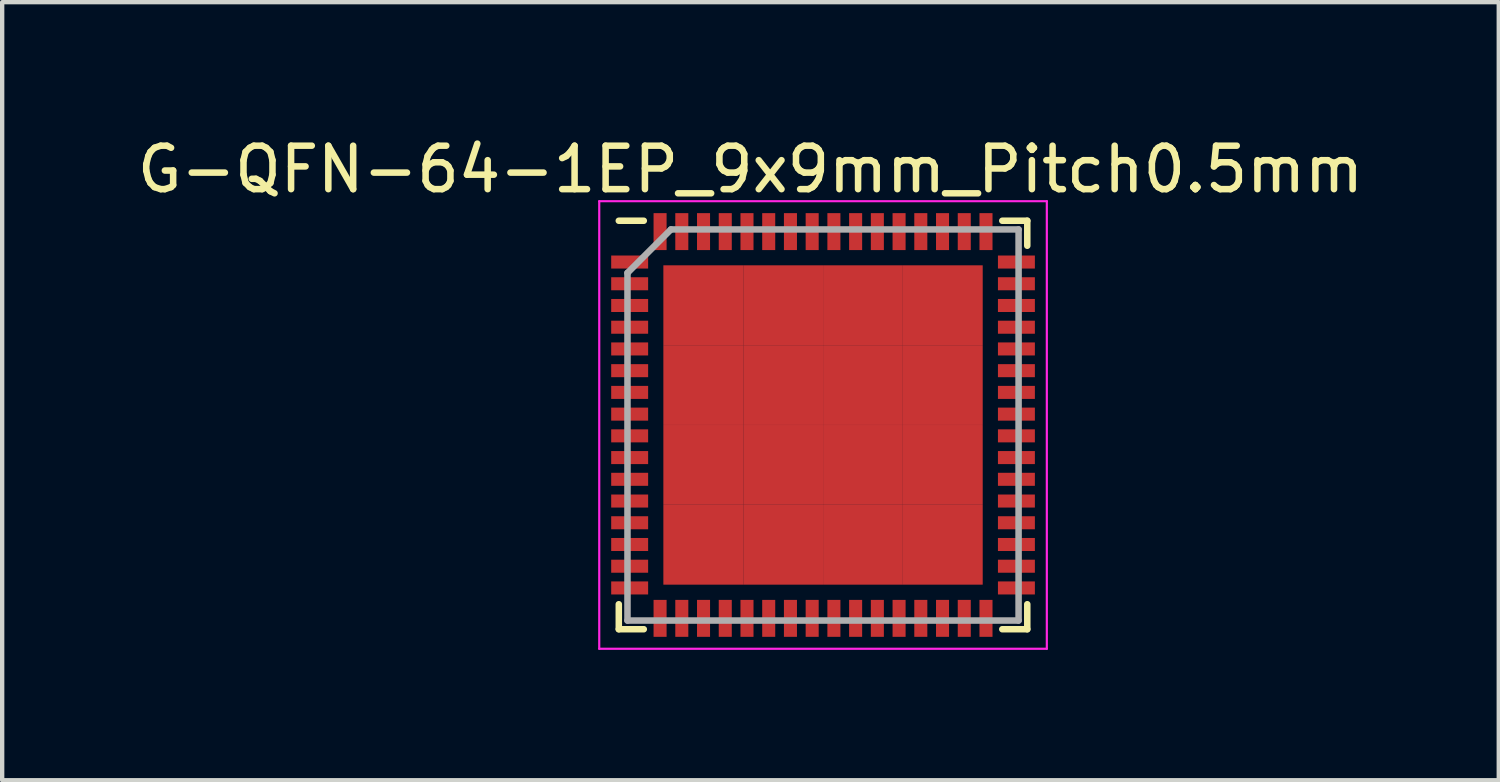
<source format=kicad_pcb>
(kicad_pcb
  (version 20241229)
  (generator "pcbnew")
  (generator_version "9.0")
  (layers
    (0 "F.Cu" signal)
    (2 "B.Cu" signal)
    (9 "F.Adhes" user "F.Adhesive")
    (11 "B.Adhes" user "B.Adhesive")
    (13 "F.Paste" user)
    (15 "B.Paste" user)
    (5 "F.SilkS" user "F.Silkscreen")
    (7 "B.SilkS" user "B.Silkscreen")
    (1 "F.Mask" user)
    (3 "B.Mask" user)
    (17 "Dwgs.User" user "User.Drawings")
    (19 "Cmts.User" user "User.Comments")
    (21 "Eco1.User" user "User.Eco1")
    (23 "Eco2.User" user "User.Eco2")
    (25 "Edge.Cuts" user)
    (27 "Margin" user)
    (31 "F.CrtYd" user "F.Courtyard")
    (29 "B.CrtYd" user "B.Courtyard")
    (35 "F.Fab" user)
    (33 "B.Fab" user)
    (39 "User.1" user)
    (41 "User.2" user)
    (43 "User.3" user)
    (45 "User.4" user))
  (footprint "G-QFN-64-1EP_9x9mm_Pitch0.5mm"
    (layer "F.Cu")
    (at 15.89 6.73)
    (property "Reference" "G-QFN-64-1EP_9x9mm_Pitch0.5mm" (at -1.67 -5.882 0) (layer "F.SilkS") (effects (font (size 1 1) (thickness 0.15))))
    (attr smd)
    (fp_line (start -4.7 -4.7) (end -4.125 -4.7) (stroke (width 0.15) (type solid)) (layer "F.SilkS"))
    (fp_line (start -4.7 4.7) (end -4.7 4.125) (stroke (width 0.15) (type solid)) (layer "F.SilkS"))
    (fp_line (start -4.7 4.7) (end -4.125 4.7) (stroke (width 0.15) (type solid)) (layer "F.SilkS"))
    (fp_line (start 4.7 -4.7) (end 4.125 -4.7) (stroke (width 0.15) (type solid)) (layer "F.SilkS"))
    (fp_line (start 4.7 -4.7) (end 4.7 -4.125) (stroke (width 0.15) (type solid)) (layer "F.SilkS"))
    (fp_line (start 4.7 4.7) (end 4.125 4.7) (stroke (width 0.15) (type solid)) (layer "F.SilkS"))
    (fp_line (start 4.7 4.7) (end 4.7 4.125) (stroke (width 0.15) (type solid)) (layer "F.SilkS"))
    (fp_line (start -5.15 -5.15) (end -5.15 5.15) (stroke (width 0.05) (type solid)) (layer "F.CrtYd"))
    (fp_line (start -5.15 -5.15) (end 5.15 -5.15) (stroke (width 0.05) (type solid)) (layer "F.CrtYd"))
    (fp_line (start -5.15 5.15) (end 5.15 5.15) (stroke (width 0.05) (type solid)) (layer "F.CrtYd"))
    (fp_line (start 5.15 -5.15) (end 5.15 5.15) (stroke (width 0.05) (type solid)) (layer "F.CrtYd"))
    (fp_line (start -4.5 -3.5) (end -3.5 -4.5) (stroke (width 0.15) (type solid)) (layer "F.Fab"))
    (fp_line (start -4.5 4.5) (end -4.5 -3.5) (stroke (width 0.15) (type solid)) (layer "F.Fab"))
    (fp_line (start -3.5 -4.5) (end 4.5 -4.5) (stroke (width 0.15) (type solid)) (layer "F.Fab"))
    (fp_line (start 4.5 -4.5) (end 4.5 4.5) (stroke (width 0.15) (type solid)) (layer "F.Fab"))
    (fp_line (start 4.5 4.5) (end -4.5 4.5) (stroke (width 0.15) (type solid)) (layer "F.Fab"))
    (pad "1" smd rect (at -4.45 -3.75) (size 0.85 0.3) (layers "F.Cu" "F.Mask" "F.Paste"))
    (pad "2" smd rect (at -4.45 -3.25) (size 0.85 0.3) (layers "F.Cu" "F.Mask" "F.Paste"))
    (pad "3" smd rect (at -4.45 -2.75) (size 0.85 0.3) (layers "F.Cu" "F.Mask" "F.Paste"))
    (pad "4" smd rect (at -4.45 -2.25) (size 0.85 0.3) (layers "F.Cu" "F.Mask" "F.Paste"))
    (pad "5" smd rect (at -4.45 -1.75) (size 0.85 0.3) (layers "F.Cu" "F.Mask" "F.Paste"))
    (pad "6" smd rect (at -4.45 -1.25) (size 0.85 0.3) (layers "F.Cu" "F.Mask" "F.Paste"))
    (pad "7" smd rect (at -4.45 -0.75) (size 0.85 0.3) (layers "F.Cu" "F.Mask" "F.Paste"))
    (pad "8" smd rect (at -4.45 -0.25) (size 0.85 0.3) (layers "F.Cu" "F.Mask" "F.Paste"))
    (pad "9" smd rect (at -4.45 0.25) (size 0.85 0.3) (layers "F.Cu" "F.Mask" "F.Paste"))
    (pad "10" smd rect (at -4.45 0.75) (size 0.85 0.3) (layers "F.Cu" "F.Mask" "F.Paste"))
    (pad "11" smd rect (at -4.45 1.25) (size 0.85 0.3) (layers "F.Cu" "F.Mask" "F.Paste"))
    (pad "12" smd rect (at -4.45 1.75) (size 0.85 0.3) (layers "F.Cu" "F.Mask" "F.Paste"))
    (pad "13" smd rect (at -4.45 2.25) (size 0.85 0.3) (layers "F.Cu" "F.Mask" "F.Paste"))
    (pad "14" smd rect (at -4.45 2.75) (size 0.85 0.3) (layers "F.Cu" "F.Mask" "F.Paste"))
    (pad "15" smd rect (at -4.45 3.25) (size 0.85 0.3) (layers "F.Cu" "F.Mask" "F.Paste"))
    (pad "16" smd rect (at -4.45 3.75) (size 0.85 0.3) (layers "F.Cu" "F.Mask" "F.Paste"))
    (pad "17" smd rect (at -3.75 4.45 90) (size 0.85 0.3) (layers "F.Cu" "F.Mask" "F.Paste"))
    (pad "18" smd rect (at -3.25 4.45 90) (size 0.85 0.3) (layers "F.Cu" "F.Mask" "F.Paste"))
    (pad "19" smd rect (at -2.75 4.45 90) (size 0.85 0.3) (layers "F.Cu" "F.Mask" "F.Paste"))
    (pad "20" smd rect (at -2.25 4.45 90) (size 0.85 0.3) (layers "F.Cu" "F.Mask" "F.Paste"))
    (pad "21" smd rect (at -1.75 4.45 90) (size 0.85 0.3) (layers "F.Cu" "F.Mask" "F.Paste"))
    (pad "22" smd rect (at -1.25 4.45 90) (size 0.85 0.3) (layers "F.Cu" "F.Mask" "F.Paste"))
    (pad "23" smd rect (at -0.75 4.45 90) (size 0.85 0.3) (layers "F.Cu" "F.Mask" "F.Paste"))
    (pad "24" smd rect (at -0.25 4.45 90) (size 0.85 0.3) (layers "F.Cu" "F.Mask" "F.Paste"))
    (pad "25" smd rect (at 0.25 4.45 90) (size 0.85 0.3) (layers "F.Cu" "F.Mask" "F.Paste"))
    (pad "26" smd rect (at 0.75 4.45 90) (size 0.85 0.3) (layers "F.Cu" "F.Mask" "F.Paste"))
    (pad "27" smd rect (at 1.25 4.45 90) (size 0.85 0.3) (layers "F.Cu" "F.Mask" "F.Paste"))
    (pad "28" smd rect (at 1.75 4.45 90) (size 0.85 0.3) (layers "F.Cu" "F.Mask" "F.Paste"))
    (pad "29" smd rect (at 2.25 4.45 90) (size 0.85 0.3) (layers "F.Cu" "F.Mask" "F.Paste"))
    (pad "30" smd rect (at 2.75 4.45 90) (size 0.85 0.3) (layers "F.Cu" "F.Mask" "F.Paste"))
    (pad "31" smd rect (at 3.25 4.45 90) (size 0.85 0.3) (layers "F.Cu" "F.Mask" "F.Paste"))
    (pad "32" smd rect (at 3.75 4.45 90) (size 0.85 0.3) (layers "F.Cu" "F.Mask" "F.Paste"))
    (pad "33" smd rect (at 4.45 3.75) (size 0.85 0.3) (layers "F.Cu" "F.Mask" "F.Paste"))
    (pad "34" smd rect (at 4.45 3.25) (size 0.85 0.3) (layers "F.Cu" "F.Mask" "F.Paste"))
    (pad "35" smd rect (at 4.45 2.75) (size 0.85 0.3) (layers "F.Cu" "F.Mask" "F.Paste"))
    (pad "36" smd rect (at 4.45 2.25) (size 0.85 0.3) (layers "F.Cu" "F.Mask" "F.Paste"))
    (pad "37" smd rect (at 4.45 1.75) (size 0.85 0.3) (layers "F.Cu" "F.Mask" "F.Paste"))
    (pad "38" smd rect (at 4.45 1.25) (size 0.85 0.3) (layers "F.Cu" "F.Mask" "F.Paste"))
    (pad "39" smd rect (at 4.45 0.75) (size 0.85 0.3) (layers "F.Cu" "F.Mask" "F.Paste"))
    (pad "40" smd rect (at 4.45 0.25) (size 0.85 0.3) (layers "F.Cu" "F.Mask" "F.Paste"))
    (pad "41" smd rect (at 4.45 -0.25) (size 0.85 0.3) (layers "F.Cu" "F.Mask" "F.Paste"))
    (pad "42" smd rect (at 4.45 -0.75) (size 0.85 0.3) (layers "F.Cu" "F.Mask" "F.Paste"))
    (pad "43" smd rect (at 4.45 -1.25) (size 0.85 0.3) (layers "F.Cu" "F.Mask" "F.Paste"))
    (pad "44" smd rect (at 4.45 -1.75) (size 0.85 0.3) (layers "F.Cu" "F.Mask" "F.Paste"))
    (pad "45" smd rect (at 4.45 -2.25) (size 0.85 0.3) (layers "F.Cu" "F.Mask" "F.Paste"))
    (pad "46" smd rect (at 4.45 -2.75) (size 0.85 0.3) (layers "F.Cu" "F.Mask" "F.Paste"))
    (pad "47" smd rect (at 4.45 -3.25) (size 0.85 0.3) (layers "F.Cu" "F.Mask" "F.Paste"))
    (pad "48" smd rect (at 4.45 -3.75) (size 0.85 0.3) (layers "F.Cu" "F.Mask" "F.Paste"))
    (pad "49" smd rect (at 3.75 -4.45 90) (size 0.85 0.3) (layers "F.Cu" "F.Mask" "F.Paste"))
    (pad "50" smd rect (at 3.25 -4.45 90) (size 0.85 0.3) (layers "F.Cu" "F.Mask" "F.Paste"))
    (pad "51" smd rect (at 2.75 -4.45 90) (size 0.85 0.3) (layers "F.Cu" "F.Mask" "F.Paste"))
    (pad "52" smd rect (at 2.25 -4.45 90) (size 0.85 0.3) (layers "F.Cu" "F.Mask" "F.Paste"))
    (pad "53" smd rect (at 1.75 -4.45 90) (size 0.85 0.3) (layers "F.Cu" "F.Mask" "F.Paste"))
    (pad "54" smd rect (at 1.25 -4.45 90) (size 0.85 0.3) (layers "F.Cu" "F.Mask" "F.Paste"))
    (pad "55" smd rect (at 0.75 -4.45 90) (size 0.85 0.3) (layers "F.Cu" "F.Mask" "F.Paste"))
    (pad "56" smd rect (at 0.25 -4.45 90) (size 0.85 0.3) (layers "F.Cu" "F.Mask" "F.Paste"))
    (pad "57" smd rect (at -0.25 -4.45 90) (size 0.85 0.3) (layers "F.Cu" "F.Mask" "F.Paste"))
    (pad "58" smd rect (at -0.75 -4.45 90) (size 0.85 0.3) (layers "F.Cu" "F.Mask" "F.Paste"))
    (pad "59" smd rect (at -1.25 -4.45 90) (size 0.85 0.3) (layers "F.Cu" "F.Mask" "F.Paste"))
    (pad "60" smd rect (at -1.75 -4.45 90) (size 0.85 0.3) (layers "F.Cu" "F.Mask" "F.Paste"))
    (pad "61" smd rect (at -2.25 -4.45 90) (size 0.85 0.3) (layers "F.Cu" "F.Mask" "F.Paste"))
    (pad "62" smd rect (at -2.75 -4.45 90) (size 0.85 0.3) (layers "F.Cu" "F.Mask" "F.Paste"))
    (pad "63" smd rect (at -3.25 -4.45 90) (size 0.85 0.3) (layers "F.Cu" "F.Mask" "F.Paste"))
    (pad "64" smd rect (at -3.75 -4.45 90) (size 0.85 0.3) (layers "F.Cu" "F.Mask" "F.Paste"))
    (pad "65" smd rect (at -2.756 -2.756) (size 1.837 1.837) (layers "F.Cu" "F.Mask" "F.Paste"))
    (pad "65" smd rect (at -2.756 -0.919) (size 1.837 1.837) (layers "F.Cu" "F.Mask" "F.Paste"))
    (pad "65" smd rect (at -2.756 0.919) (size 1.837 1.837) (layers "F.Cu" "F.Mask" "F.Paste"))
    (pad "65" smd rect (at -2.756 2.756) (size 1.837 1.837) (layers "F.Cu" "F.Mask" "F.Paste"))
    (pad "65" smd rect (at -0.919 -2.756) (size 1.837 1.837) (layers "F.Cu" "F.Mask" "F.Paste"))
    (pad "65" smd rect (at -0.919 -0.919) (size 1.837 1.837) (layers "F.Cu" "F.Mask" "F.Paste"))
    (pad "65" smd rect (at -0.919 0.919) (size 1.837 1.837) (layers "F.Cu" "F.Mask" "F.Paste"))
    (pad "65" smd rect (at -0.919 2.756) (size 1.837 1.837) (layers "F.Cu" "F.Mask" "F.Paste"))
    (pad "65" smd rect (at 0.919 -2.756) (size 1.837 1.837) (layers "F.Cu" "F.Mask" "F.Paste"))
    (pad "65" smd rect (at 0.919 -0.919) (size 1.837 1.837) (layers "F.Cu" "F.Mask" "F.Paste"))
    (pad "65" smd rect (at 0.919 0.919) (size 1.837 1.837) (layers "F.Cu" "F.Mask" "F.Paste"))
    (pad "65" smd rect (at 0.919 2.756) (size 1.837 1.837) (layers "F.Cu" "F.Mask" "F.Paste"))
    (pad "65" smd rect (at 2.756 -2.756) (size 1.837 1.837) (layers "F.Cu" "F.Mask" "F.Paste"))
    (pad "65" smd rect (at 2.756 -0.919) (size 1.837 1.837) (layers "F.Cu" "F.Mask" "F.Paste"))
    (pad "65" smd rect (at 2.756 0.919) (size 1.837 1.837) (layers "F.Cu" "F.Mask" "F.Paste"))
    (pad "65" smd rect (at 2.756 2.756) (size 1.837 1.837) (layers "F.Cu" "F.Mask" "F.Paste")))
  (gr_rect
    (start -3 -3)
    (end 31.44 14.905)
    (stroke (width 0.1) (type default))
    (fill no)
    (layer "Edge.Cuts")))
</source>
